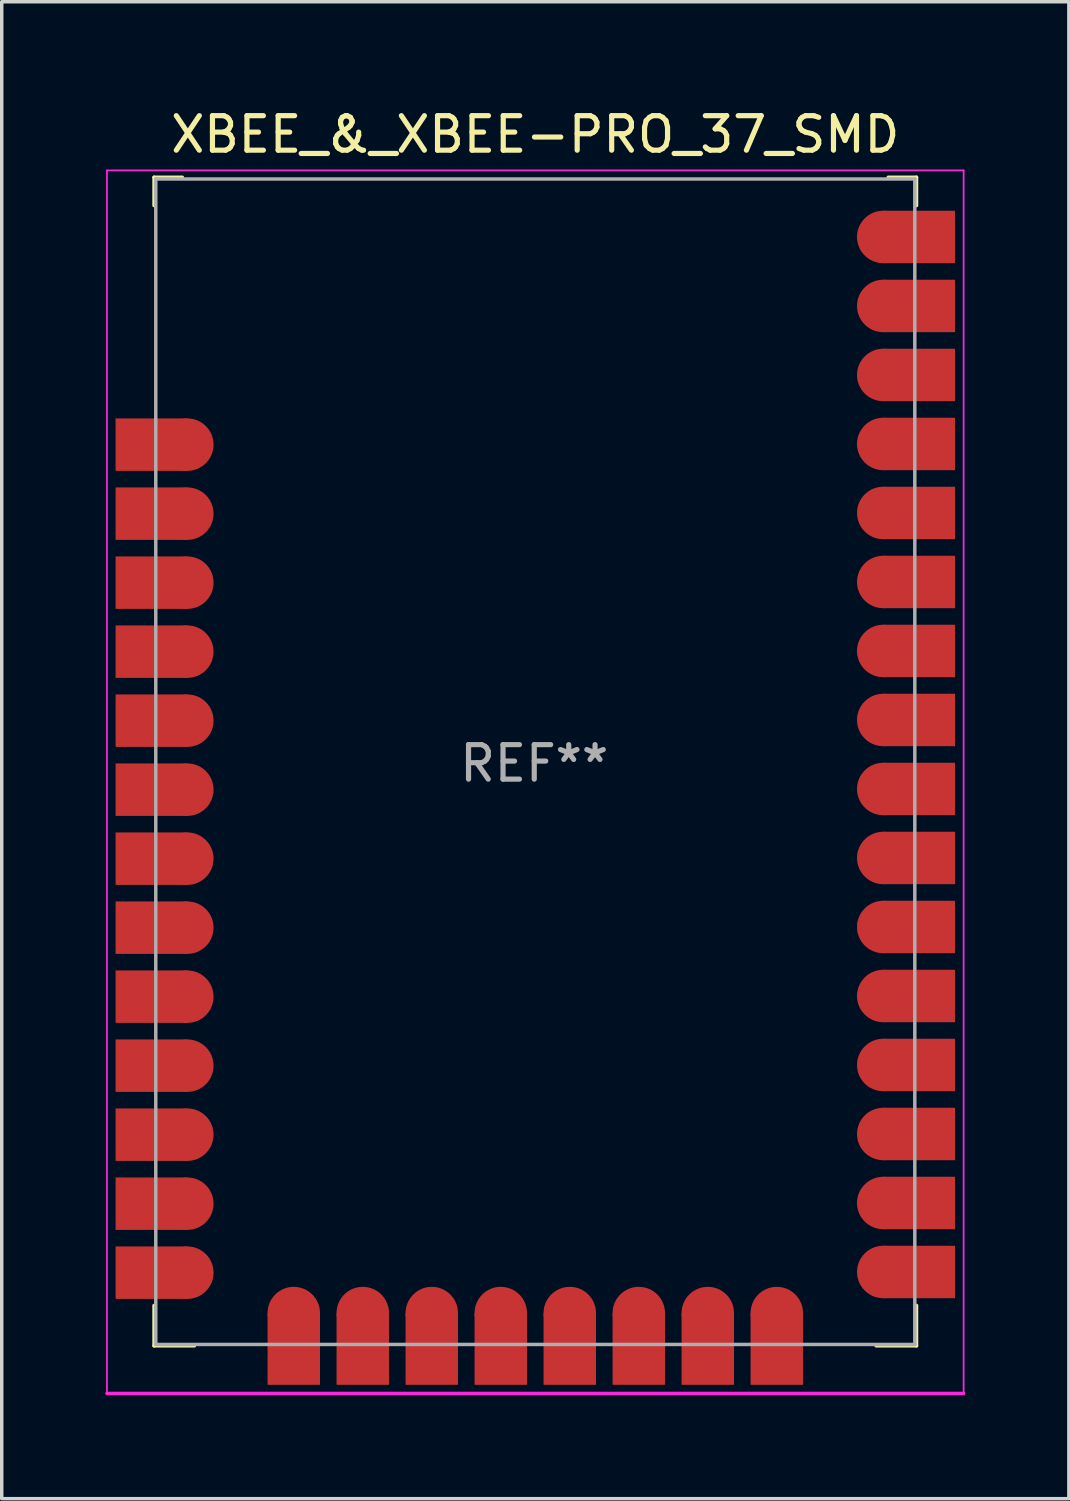
<source format=kicad_pcb>
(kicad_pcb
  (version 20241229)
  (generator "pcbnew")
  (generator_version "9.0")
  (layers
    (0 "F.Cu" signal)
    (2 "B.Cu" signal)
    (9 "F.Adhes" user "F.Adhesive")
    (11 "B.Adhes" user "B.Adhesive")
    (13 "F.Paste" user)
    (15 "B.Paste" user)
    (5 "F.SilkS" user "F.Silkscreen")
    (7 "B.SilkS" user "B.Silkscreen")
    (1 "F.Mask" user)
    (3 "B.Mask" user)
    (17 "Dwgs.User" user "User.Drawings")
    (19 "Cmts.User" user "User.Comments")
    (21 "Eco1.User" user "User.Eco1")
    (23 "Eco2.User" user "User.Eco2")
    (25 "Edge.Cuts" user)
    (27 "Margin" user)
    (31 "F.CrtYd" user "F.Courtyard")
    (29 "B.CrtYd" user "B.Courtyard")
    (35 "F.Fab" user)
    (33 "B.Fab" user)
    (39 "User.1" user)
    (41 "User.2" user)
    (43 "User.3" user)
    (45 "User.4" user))
  (footprint "XBEE_&_XBEE-PRO_37_SMD"
    (layer "F.Cu")
    (at 12.465 19.028)
    (property "Reference" "XBEE_&_XBEE-PRO_37_SMD" (at 0 -18.18 0) (layer "F.SilkS") (effects (font (size 1 1) (thickness 0.15))))
    (attr through_hole)
    (fp_line (start -11.05 -16.94) (end -10.23 -16.94) (stroke (width 0.1) (type solid)) (layer "F.SilkS"))
    (fp_line (start -11.05 -16.12) (end -11.05 -16.94) (stroke (width 0.1) (type solid)) (layer "F.SilkS"))
    (fp_line (start -11.05 15.76) (end -11.05 16.93) (stroke (width 0.1) (type solid)) (layer "F.SilkS"))
    (fp_line (start -11.05 16.93) (end -9.88 16.93) (stroke (width 0.1) (type solid)) (layer "F.SilkS"))
    (fp_line (start 11.05 -16.94) (end 10.23 -16.94) (stroke (width 0.1) (type solid)) (layer "F.SilkS"))
    (fp_line (start 11.05 -16.12) (end 11.05 -16.94) (stroke (width 0.1) (type solid)) (layer "F.SilkS"))
    (fp_line (start 11.05 15.76) (end 11.05 16.93) (stroke (width 0.1) (type solid)) (layer "F.SilkS"))
    (fp_line (start 11.05 16.93) (end 9.88 16.93) (stroke (width 0.1) (type solid)) (layer "F.SilkS"))
    (fp_line (start -12.415 18.31) (end -12.415 -17.14) (stroke (width 0.05) (type solid)) (layer "F.CrtYd"))
    (fp_line (start -12.415 18.31) (end 12.415 18.31) (stroke (width 0.1) (type solid)) (layer "F.CrtYd"))
    (fp_line (start 12.415 -17.14) (end -12.415 -17.14) (stroke (width 0.05) (type solid)) (layer "F.CrtYd"))
    (fp_line (start 12.415 18.31) (end 12.415 -17.14) (stroke (width 0.05) (type solid)) (layer "F.CrtYd"))
    (fp_line (start -11 -16.89) (end -11 16.89) (stroke (width 0.1) (type solid)) (layer "F.Fab"))
    (fp_line (start -11 -16.89) (end 11 -16.89) (stroke (width 0.1) (type solid)) (layer "F.Fab"))
    (fp_line (start -11 16.89) (end 11 16.89) (stroke (width 0.1) (type solid)) (layer "F.Fab"))
    (fp_line (start 11 -16.89) (end 11 16.89) (stroke (width 0.1) (type solid)) (layer "F.Fab"))
    (fp_text user "REF**" (at -0.03 0.05 0) (layer "F.Fab") (effects (font (size 1 1) (thickness 0.15))))
    (pad "1" smd rect (at -11.125 -9.19) (size 2.08 1.52) (layers "F.Cu" "F.Mask" "F.Paste"))
    (pad "1" smd circle (at -10.085 -9.19) (size 1.52 1.52) (layers "F.Cu" "F.Mask" "F.Paste"))
    (pad "2" smd rect (at -11.125 -7.19) (size 2.08 1.52) (layers "F.Cu" "F.Mask" "F.Paste"))
    (pad "2" smd circle (at -10.085 -7.19) (size 1.52 1.52) (layers "F.Cu" "F.Mask" "F.Paste"))
    (pad "3" smd rect (at -11.125 -5.19) (size 2.08 1.52) (layers "F.Cu" "F.Mask" "F.Paste"))
    (pad "3" smd circle (at -10.085 -5.19) (size 1.52 1.52) (layers "F.Cu" "F.Mask" "F.Paste"))
    (pad "4" smd rect (at -11.125 -3.19) (size 2.08 1.52) (layers "F.Cu" "F.Mask" "F.Paste"))
    (pad "4" smd circle (at -10.085 -3.19) (size 1.52 1.52) (layers "F.Cu" "F.Mask" "F.Paste"))
    (pad "5" smd rect (at -11.125 -1.19) (size 2.08 1.52) (layers "F.Cu" "F.Mask" "F.Paste"))
    (pad "5" smd circle (at -10.085 -1.19) (size 1.52 1.52) (layers "F.Cu" "F.Mask" "F.Paste"))
    (pad "6" smd rect (at -11.125 0.81) (size 2.08 1.52) (layers "F.Cu" "F.Mask" "F.Paste"))
    (pad "6" smd circle (at -10.085 0.81) (size 1.52 1.52) (layers "F.Cu" "F.Mask" "F.Paste"))
    (pad "7" smd rect (at -11.125 2.81) (size 2.08 1.52) (layers "F.Cu" "F.Mask" "F.Paste"))
    (pad "7" smd circle (at -10.085 2.81) (size 1.52 1.52) (layers "F.Cu" "F.Mask" "F.Paste"))
    (pad "8" smd rect (at -11.125 4.81) (size 2.08 1.52) (layers "F.Cu" "F.Mask" "F.Paste"))
    (pad "8" smd circle (at -10.085 4.81) (size 1.52 1.52) (layers "F.Cu" "F.Mask" "F.Paste"))
    (pad "9" smd rect (at -11.125 6.81) (size 2.08 1.52) (layers "F.Cu" "F.Mask" "F.Paste"))
    (pad "9" smd circle (at -10.085 6.81) (size 1.52 1.52) (layers "F.Cu" "F.Mask" "F.Paste"))
    (pad "10" smd rect (at -11.125 8.81) (size 2.08 1.52) (layers "F.Cu" "F.Mask" "F.Paste"))
    (pad "10" smd circle (at -10.085 8.81) (size 1.52 1.52) (layers "F.Cu" "F.Mask" "F.Paste"))
    (pad "11" smd rect (at -11.125 10.81) (size 2.08 1.52) (layers "F.Cu" "F.Mask" "F.Paste"))
    (pad "11" smd circle (at -10.085 10.81) (size 1.52 1.52) (layers "F.Cu" "F.Mask" "F.Paste"))
    (pad "12" smd rect (at -11.125 12.81) (size 2.08 1.52) (layers "F.Cu" "F.Mask" "F.Paste"))
    (pad "12" smd circle (at -10.085 12.81) (size 1.52 1.52) (layers "F.Cu" "F.Mask" "F.Paste"))
    (pad "13" smd rect (at -11.125 14.81) (size 2.08 1.52) (layers "F.Cu" "F.Mask" "F.Paste"))
    (pad "13" smd circle (at -10.085 14.81) (size 1.52 1.52) (layers "F.Cu" "F.Mask" "F.Paste"))
    (pad "14" smd circle (at -7 15.98) (size 1.52 1.52) (layers "F.Cu" "F.Mask" "F.Paste"))
    (pad "14" smd rect (at -7 17.02) (size 1.52 2.08) (layers "F.Cu" "F.Mask" "F.Paste"))
    (pad "15" smd circle (at -5 15.98) (size 1.52 1.52) (layers "F.Cu" "F.Mask" "F.Paste"))
    (pad "15" smd rect (at -5 17.02) (size 1.52 2.08) (layers "F.Cu" "F.Mask" "F.Paste"))
    (pad "16" smd circle (at -3 15.98) (size 1.52 1.52) (layers "F.Cu" "F.Mask" "F.Paste"))
    (pad "16" smd rect (at -3 17.02) (size 1.52 2.08) (layers "F.Cu" "F.Mask" "F.Paste"))
    (pad "17" smd circle (at -1 15.98) (size 1.52 1.52) (layers "F.Cu" "F.Mask" "F.Paste"))
    (pad "17" smd rect (at -1 17.02) (size 1.52 2.08) (layers "F.Cu" "F.Mask" "F.Paste"))
    (pad "18" smd circle (at 1 15.98) (size 1.52 1.52) (layers "F.Cu" "F.Mask" "F.Paste"))
    (pad "18" smd rect (at 1 17.02) (size 1.52 2.08) (layers "F.Cu" "F.Mask" "F.Paste"))
    (pad "19" smd circle (at 3 15.98) (size 1.52 1.52) (layers "F.Cu" "F.Mask" "F.Paste"))
    (pad "19" smd rect (at 3 17.02) (size 1.52 2.08) (layers "F.Cu" "F.Mask" "F.Paste"))
    (pad "20" smd circle (at 5 15.98) (size 1.52 1.52) (layers "F.Cu" "F.Mask" "F.Paste"))
    (pad "20" smd rect (at 5 17.02) (size 1.52 2.08) (layers "F.Cu" "F.Mask" "F.Paste"))
    (pad "21" smd circle (at 7 15.98) (size 1.52 1.52) (layers "F.Cu" "F.Mask" "F.Paste"))
    (pad "21" smd rect (at 7 17.02) (size 1.52 2.08) (layers "F.Cu" "F.Mask" "F.Paste"))
    (pad "22" smd circle (at 10.085 14.79) (size 1.52 1.52) (layers "F.Cu" "F.Mask" "F.Paste"))
    (pad "22" smd rect (at 11.125 14.79) (size 2.08 1.52) (layers "F.Cu" "F.Mask" "F.Paste"))
    (pad "23" smd circle (at 10.085 12.79) (size 1.52 1.52) (layers "F.Cu" "F.Mask" "F.Paste"))
    (pad "23" smd rect (at 11.125 12.79) (size 2.08 1.52) (layers "F.Cu" "F.Mask" "F.Paste"))
    (pad "24" smd circle (at 10.085 10.79) (size 1.52 1.52) (layers "F.Cu" "F.Mask" "F.Paste"))
    (pad "24" smd rect (at 11.125 10.79) (size 2.08 1.52) (layers "F.Cu" "F.Mask" "F.Paste"))
    (pad "25" smd circle (at 10.085 8.79) (size 1.52 1.52) (layers "F.Cu" "F.Mask" "F.Paste"))
    (pad "25" smd rect (at 11.125 8.79) (size 2.08 1.52) (layers "F.Cu" "F.Mask" "F.Paste"))
    (pad "26" smd circle (at 10.085 6.79) (size 1.52 1.52) (layers "F.Cu" "F.Mask" "F.Paste"))
    (pad "26" smd rect (at 11.125 6.79) (size 2.08 1.52) (layers "F.Cu" "F.Mask" "F.Paste"))
    (pad "27" smd circle (at 10.085 4.79) (size 1.52 1.52) (layers "F.Cu" "F.Mask" "F.Paste"))
    (pad "27" smd rect (at 11.125 4.79) (size 2.08 1.52) (layers "F.Cu" "F.Mask" "F.Paste"))
    (pad "28" smd circle (at 10.085 2.79) (size 1.52 1.52) (layers "F.Cu" "F.Mask" "F.Paste"))
    (pad "28" smd rect (at 11.125 2.79) (size 2.08 1.52) (layers "F.Cu" "F.Mask" "F.Paste"))
    (pad "29" smd circle (at 10.085 0.79) (size 1.52 1.52) (layers "F.Cu" "F.Mask" "F.Paste"))
    (pad "29" smd rect (at 11.125 0.79) (size 2.08 1.52) (layers "F.Cu" "F.Mask" "F.Paste"))
    (pad "30" smd circle (at 10.085 -1.21) (size 1.52 1.52) (layers "F.Cu" "F.Mask" "F.Paste"))
    (pad "30" smd rect (at 11.125 -1.21) (size 2.08 1.52) (layers "F.Cu" "F.Mask" "F.Paste"))
    (pad "31" smd circle (at 10.085 -3.21) (size 1.52 1.52) (layers "F.Cu" "F.Mask" "F.Paste"))
    (pad "31" smd rect (at 11.125 -3.21) (size 2.08 1.52) (layers "F.Cu" "F.Mask" "F.Paste"))
    (pad "32" smd circle (at 10.085 -5.21) (size 1.52 1.52) (layers "F.Cu" "F.Mask" "F.Paste"))
    (pad "32" smd rect (at 11.125 -5.21) (size 2.08 1.52) (layers "F.Cu" "F.Mask" "F.Paste"))
    (pad "33" smd circle (at 10.085 -7.21) (size 1.52 1.52) (layers "F.Cu" "F.Mask" "F.Paste"))
    (pad "33" smd rect (at 11.125 -7.21) (size 2.08 1.52) (layers "F.Cu" "F.Mask" "F.Paste"))
    (pad "34" smd circle (at 10.085 -9.21) (size 1.52 1.52) (layers "F.Cu" "F.Mask" "F.Paste"))
    (pad "34" smd rect (at 11.125 -9.21) (size 2.08 1.52) (layers "F.Cu" "F.Mask" "F.Paste"))
    (pad "35" smd circle (at 10.085 -11.21) (size 1.52 1.52) (layers "F.Cu" "F.Mask" "F.Paste"))
    (pad "35" smd rect (at 11.125 -11.21) (size 2.08 1.52) (layers "F.Cu" "F.Mask" "F.Paste"))
    (pad "36" smd circle (at 10.085 -13.21) (size 1.52 1.52) (layers "F.Cu" "F.Mask" "F.Paste"))
    (pad "36" smd rect (at 11.125 -13.21) (size 2.08 1.52) (layers "F.Cu" "F.Mask" "F.Paste"))
    (pad "37" smd circle (at 10.085 -15.21) (size 1.52 1.52) (layers "F.Cu" "F.Mask" "F.Paste"))
    (pad "37" smd rect (at 11.125 -15.21) (size 2.08 1.52) (layers "F.Cu" "F.Mask" "F.Paste")))
  (gr_rect
    (start -3 -3)
    (end 27.93 40.388)
    (stroke (width 0.1) (type default))
    (fill no)
    (layer "Edge.Cuts")))
</source>
